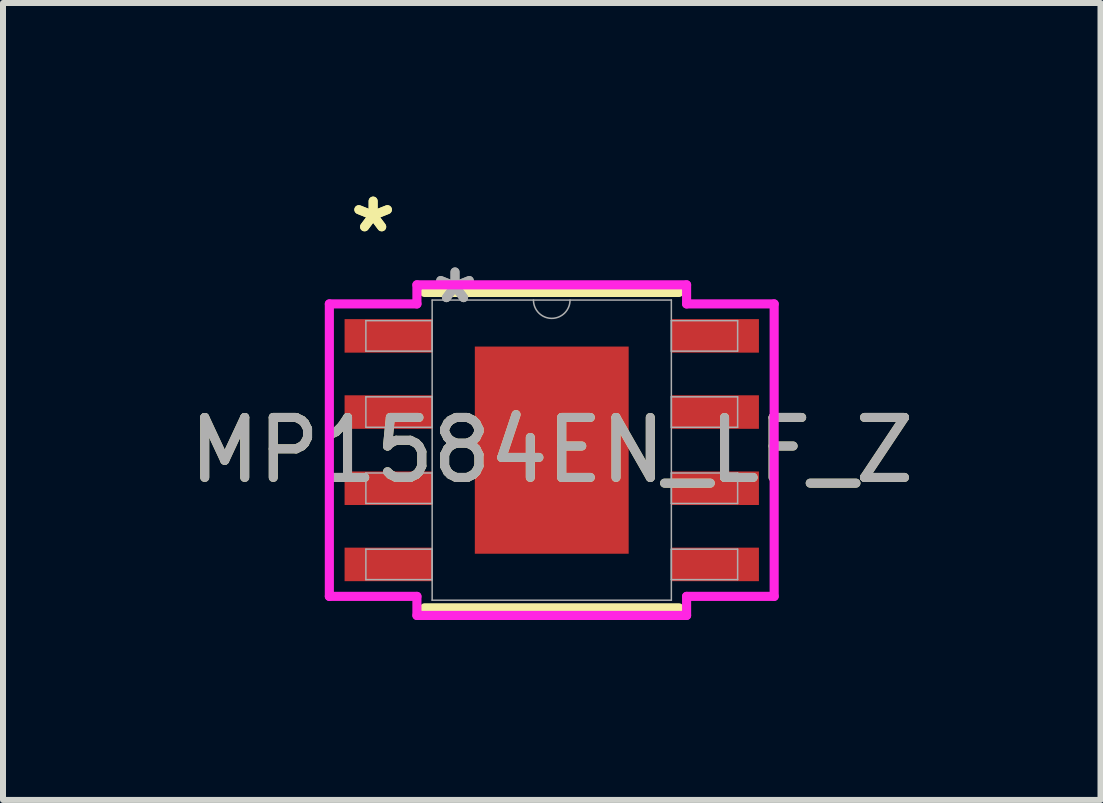
<source format=kicad_pcb>
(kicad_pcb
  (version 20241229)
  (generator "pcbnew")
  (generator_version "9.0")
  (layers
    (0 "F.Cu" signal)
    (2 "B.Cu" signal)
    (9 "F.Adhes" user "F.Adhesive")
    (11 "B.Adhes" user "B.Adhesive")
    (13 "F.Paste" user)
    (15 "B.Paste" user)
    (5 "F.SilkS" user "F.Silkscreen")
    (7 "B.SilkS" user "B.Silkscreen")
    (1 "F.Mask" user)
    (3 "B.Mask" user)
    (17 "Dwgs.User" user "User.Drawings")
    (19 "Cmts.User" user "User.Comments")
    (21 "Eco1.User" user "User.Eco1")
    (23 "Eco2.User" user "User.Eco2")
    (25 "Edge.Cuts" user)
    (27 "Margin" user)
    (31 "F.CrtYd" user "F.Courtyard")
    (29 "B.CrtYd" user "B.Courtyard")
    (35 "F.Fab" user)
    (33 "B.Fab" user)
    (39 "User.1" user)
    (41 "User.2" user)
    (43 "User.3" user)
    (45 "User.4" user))
  (footprint "MP1584EN_LF_Z"
    (layer "F.Cu")
    (at 6.149 4.455)
    (property "Reference" "MP1584EN_LF_Z" (at 0 0 0) (unlocked yes) (layer "F.SilkS") (effects (font (size 1 1) (thickness 0.15))))
    (attr smd)
    (fp_line (start -2.121 2.629) (end 2.121 2.629) (stroke (width 0.152) (type solid)) (layer "F.SilkS"))
    (fp_line (start 2.121 -2.629) (end -2.121 -2.629) (stroke (width 0.152) (type solid)) (layer "F.SilkS"))
    (fp_poly (pts (xy -1.183 -1.627) (xy -1.183 -0.1) (xy -0.1 -0.1) (xy -0.1 -1.627)) (stroke (width 0) (type solid)) (fill yes) (layer "F.Paste"))
    (fp_poly (pts (xy -1.183 0.1) (xy -1.183 1.627) (xy -0.1 1.627) (xy -0.1 0.1)) (stroke (width 0) (type solid)) (fill yes) (layer "F.Paste"))
    (fp_poly (pts (xy 0.1 -1.627) (xy 0.1 -0.1) (xy 1.183 -0.1) (xy 1.183 -1.627)) (stroke (width 0) (type solid)) (fill yes) (layer "F.Paste"))
    (fp_poly (pts (xy 0.1 0.1) (xy 0.1 1.627) (xy 1.183 1.627) (xy 1.183 0.1)) (stroke (width 0) (type solid)) (fill yes) (layer "F.Paste"))
    (fp_line (start -3.708 -2.438) (end -2.248 -2.438) (stroke (width 0.152) (type solid)) (layer "F.CrtYd"))
    (fp_line (start -3.708 2.438) (end -3.708 -2.438) (stroke (width 0.152) (type solid)) (layer "F.CrtYd"))
    (fp_line (start -3.708 2.438) (end -2.248 2.438) (stroke (width 0.152) (type solid)) (layer "F.CrtYd"))
    (fp_line (start -2.248 -2.756) (end 2.248 -2.756) (stroke (width 0.152) (type solid)) (layer "F.CrtYd"))
    (fp_line (start -2.248 -2.438) (end -2.248 -2.756) (stroke (width 0.152) (type solid)) (layer "F.CrtYd"))
    (fp_line (start -2.248 2.756) (end -2.248 2.438) (stroke (width 0.152) (type solid)) (layer "F.CrtYd"))
    (fp_line (start 2.248 -2.756) (end 2.248 -2.438) (stroke (width 0.152) (type solid)) (layer "F.CrtYd"))
    (fp_line (start 2.248 2.438) (end 2.248 2.756) (stroke (width 0.152) (type solid)) (layer "F.CrtYd"))
    (fp_line (start 2.248 2.756) (end -2.248 2.756) (stroke (width 0.152) (type solid)) (layer "F.CrtYd"))
    (fp_line (start 3.708 -2.438) (end 2.248 -2.438) (stroke (width 0.152) (type solid)) (layer "F.CrtYd"))
    (fp_line (start 3.708 -2.438) (end 3.708 2.438) (stroke (width 0.152) (type solid)) (layer "F.CrtYd"))
    (fp_line (start 3.708 2.438) (end 2.248 2.438) (stroke (width 0.152) (type solid)) (layer "F.CrtYd"))
    (fp_line (start -3.099 -2.159) (end -3.099 -1.651) (stroke (width 0.025) (type solid)) (layer "F.Fab"))
    (fp_line (start -3.099 -1.651) (end -1.994 -1.651) (stroke (width 0.025) (type solid)) (layer "F.Fab"))
    (fp_line (start -3.099 -0.889) (end -3.099 -0.381) (stroke (width 0.025) (type solid)) (layer "F.Fab"))
    (fp_line (start -3.099 -0.381) (end -1.994 -0.381) (stroke (width 0.025) (type solid)) (layer "F.Fab"))
    (fp_line (start -3.099 0.381) (end -3.099 0.889) (stroke (width 0.025) (type solid)) (layer "F.Fab"))
    (fp_line (start -3.099 0.889) (end -1.994 0.889) (stroke (width 0.025) (type solid)) (layer "F.Fab"))
    (fp_line (start -3.099 1.651) (end -3.099 2.159) (stroke (width 0.025) (type solid)) (layer "F.Fab"))
    (fp_line (start -3.099 2.159) (end -1.994 2.159) (stroke (width 0.025) (type solid)) (layer "F.Fab"))
    (fp_line (start -1.994 -2.502) (end -1.994 2.502) (stroke (width 0.025) (type solid)) (layer "F.Fab"))
    (fp_line (start -1.994 -2.159) (end -3.099 -2.159) (stroke (width 0.025) (type solid)) (layer "F.Fab"))
    (fp_line (start -1.994 -1.651) (end -1.994 -2.159) (stroke (width 0.025) (type solid)) (layer "F.Fab"))
    (fp_line (start -1.994 -0.889) (end -3.099 -0.889) (stroke (width 0.025) (type solid)) (layer "F.Fab"))
    (fp_line (start -1.994 -0.381) (end -1.994 -0.889) (stroke (width 0.025) (type solid)) (layer "F.Fab"))
    (fp_line (start -1.994 0.381) (end -3.099 0.381) (stroke (width 0.025) (type solid)) (layer "F.Fab"))
    (fp_line (start -1.994 0.889) (end -1.994 0.381) (stroke (width 0.025) (type solid)) (layer "F.Fab"))
    (fp_line (start -1.994 1.651) (end -3.099 1.651) (stroke (width 0.025) (type solid)) (layer "F.Fab"))
    (fp_line (start -1.994 2.159) (end -1.994 1.651) (stroke (width 0.025) (type solid)) (layer "F.Fab"))
    (fp_line (start -1.994 2.502) (end 1.994 2.502) (stroke (width 0.025) (type solid)) (layer "F.Fab"))
    (fp_line (start 1.994 -2.502) (end -1.994 -2.502) (stroke (width 0.025) (type solid)) (layer "F.Fab"))
    (fp_line (start 1.994 -2.159) (end 1.994 -1.651) (stroke (width 0.025) (type solid)) (layer "F.Fab"))
    (fp_line (start 1.994 -1.651) (end 3.099 -1.651) (stroke (width 0.025) (type solid)) (layer "F.Fab"))
    (fp_line (start 1.994 -0.889) (end 1.994 -0.381) (stroke (width 0.025) (type solid)) (layer "F.Fab"))
    (fp_line (start 1.994 -0.381) (end 3.099 -0.381) (stroke (width 0.025) (type solid)) (layer "F.Fab"))
    (fp_line (start 1.994 0.381) (end 1.994 0.889) (stroke (width 0.025) (type solid)) (layer "F.Fab"))
    (fp_line (start 1.994 0.889) (end 3.099 0.889) (stroke (width 0.025) (type solid)) (layer "F.Fab"))
    (fp_line (start 1.994 1.651) (end 1.994 2.159) (stroke (width 0.025) (type solid)) (layer "F.Fab"))
    (fp_line (start 1.994 2.159) (end 3.099 2.159) (stroke (width 0.025) (type solid)) (layer "F.Fab"))
    (fp_line (start 1.994 2.502) (end 1.994 -2.502) (stroke (width 0.025) (type solid)) (layer "F.Fab"))
    (fp_line (start 3.099 -2.159) (end 1.994 -2.159) (stroke (width 0.025) (type solid)) (layer "F.Fab"))
    (fp_line (start 3.099 -1.651) (end 3.099 -2.159) (stroke (width 0.025) (type solid)) (layer "F.Fab"))
    (fp_line (start 3.099 -0.889) (end 1.994 -0.889) (stroke (width 0.025) (type solid)) (layer "F.Fab"))
    (fp_line (start 3.099 -0.381) (end 3.099 -0.889) (stroke (width 0.025) (type solid)) (layer "F.Fab"))
    (fp_line (start 3.099 0.381) (end 1.994 0.381) (stroke (width 0.025) (type solid)) (layer "F.Fab"))
    (fp_line (start 3.099 0.889) (end 3.099 0.381) (stroke (width 0.025) (type solid)) (layer "F.Fab"))
    (fp_line (start 3.099 1.651) (end 1.994 1.651) (stroke (width 0.025) (type solid)) (layer "F.Fab"))
    (fp_line (start 3.099 2.159) (end 3.099 1.651) (stroke (width 0.025) (type solid)) (layer "F.Fab"))
    (fp_arc (start 0.3048 -2.5019) (mid 0 -2.1971) (end -0.3048 -2.5019) (stroke (width 0.0254) (type solid)) (layer "F.Fab"))
    (fp_text user "*" (at -2.978 -3.607 0) (layer "F.SilkS") (effects (font (size 1 1) (thickness 0.15))))
    (fp_text user "*" (at -2.978 -3.607 0) (unlocked yes) (layer "F.SilkS") (effects (font (size 1 1) (thickness 0.15))))
    (fp_text user "*" (at -1.613 -2.426 0) (layer "F.Fab") (effects (font (size 1 1) (thickness 0.15))))
    (fp_text user "${REFERENCE}" (at 0 0 0) (unlocked yes) (layer "F.Fab") (effects (font (size 1 1) (thickness 0.15))))
    (fp_text user "*" (at -1.613 -2.426 0) (unlocked yes) (layer "F.Fab") (effects (font (size 1 1) (thickness 0.15))))
    (pad "1" smd rect (at -2.724 -1.905) (size 1.46 0.559) (layers "F.Cu" "F.Mask" "F.Paste"))
    (pad "2" smd rect (at -2.724 -0.635) (size 1.46 0.559) (layers "F.Cu" "F.Mask" "F.Paste"))
    (pad "3" smd rect (at -2.724 0.635) (size 1.46 0.559) (layers "F.Cu" "F.Mask" "F.Paste"))
    (pad "4" smd rect (at -2.724 1.905) (size 1.46 0.559) (layers "F.Cu" "F.Mask" "F.Paste"))
    (pad "5" smd rect (at 2.724 1.905) (size 1.46 0.559) (layers "F.Cu" "F.Mask" "F.Paste"))
    (pad "6" smd rect (at 2.724 0.635) (size 1.46 0.559) (layers "F.Cu" "F.Mask" "F.Paste"))
    (pad "7" smd rect (at 2.724 -0.635) (size 1.46 0.559) (layers "F.Cu" "F.Mask" "F.Paste"))
    (pad "8" smd rect (at 2.724 -1.905) (size 1.46 0.559) (layers "F.Cu" "F.Mask" "F.Paste"))
    (pad "EPAD" smd rect (at 0 0) (size 2.565 3.454) (layers "F.Cu" "F.Mask")))
  (gr_rect
    (start -3 -3)
    (end 15.298 10.287)
    (stroke (width 0.1) (type default))
    (fill no)
    (layer "Edge.Cuts")))
</source>
